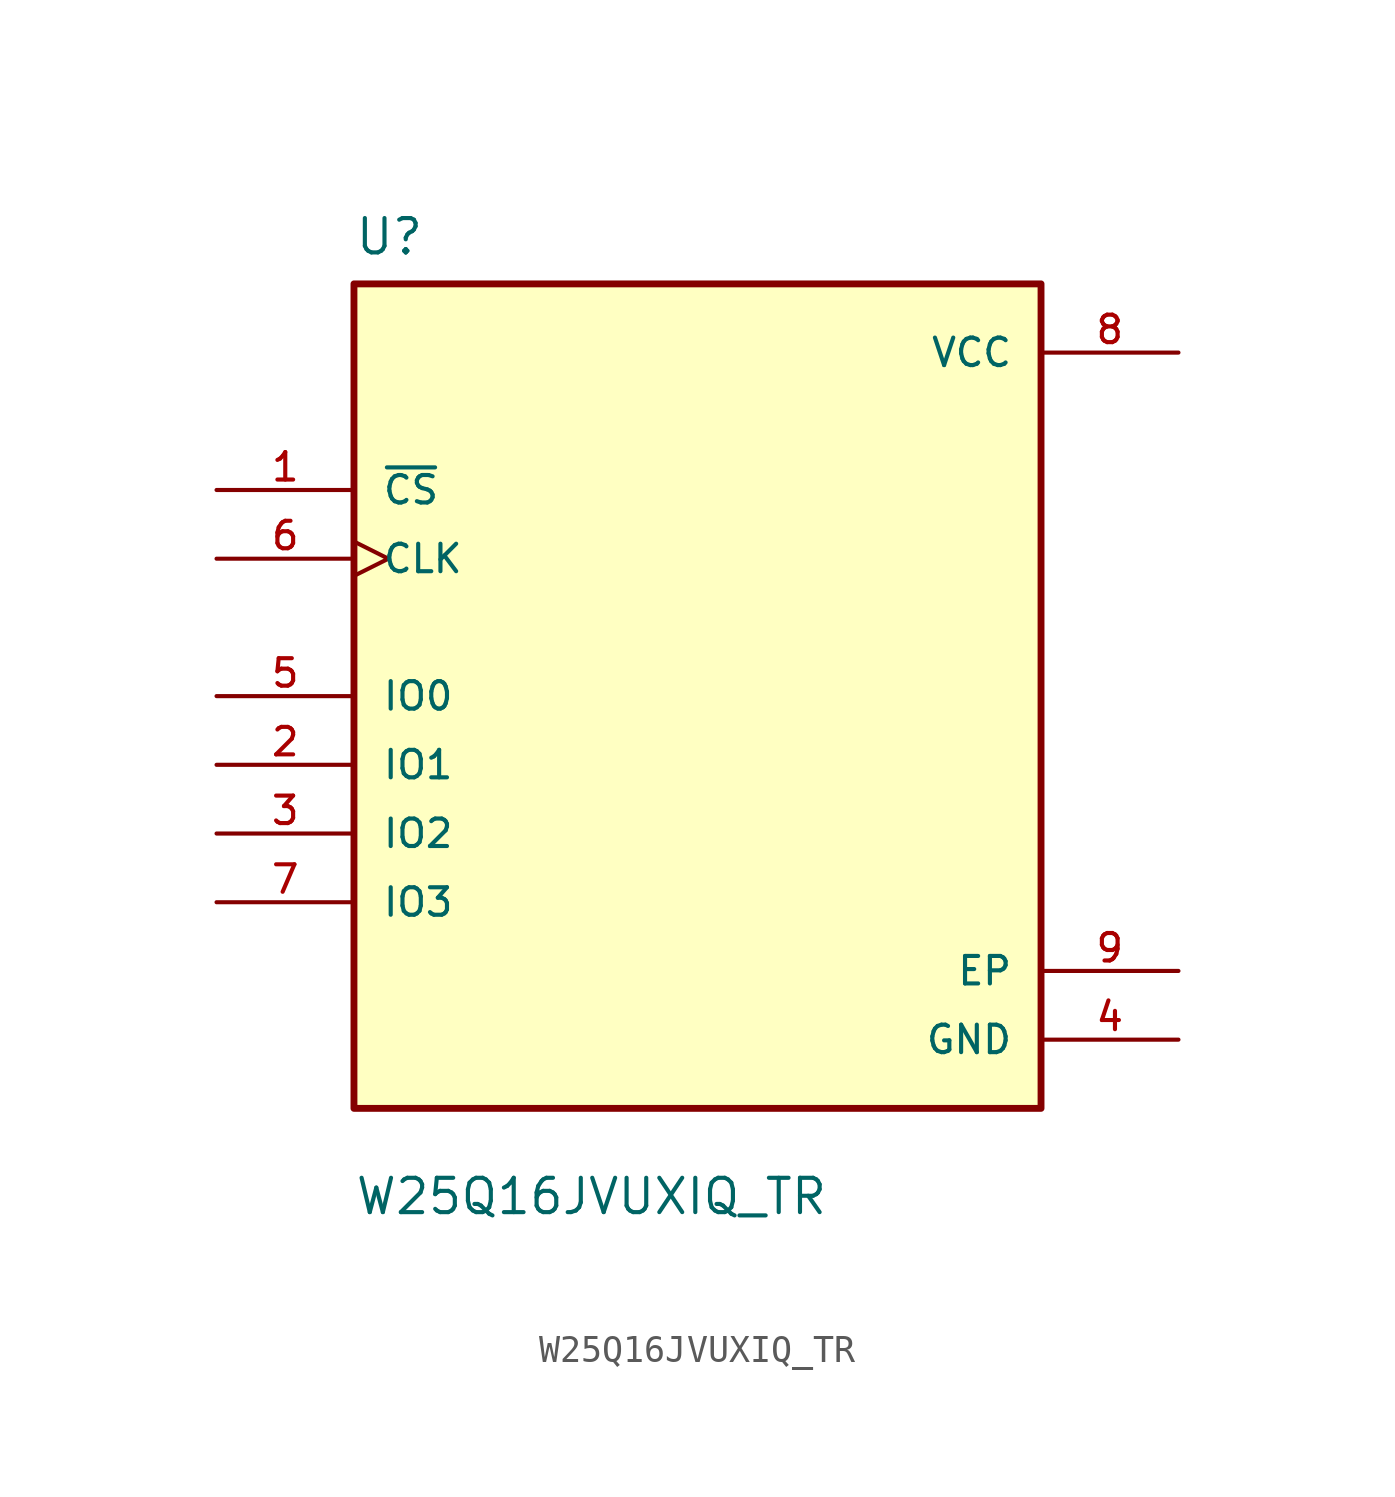
<source format=kicad_sym>
(kicad_symbol_lib
  (version 20231120)
  (generator "kicad_symbol_editor")
  (generator_version "8.0")
  (symbol "W25Q16JVUXIQ_TR"
    (pin_names
      (offset 1.016))
    (property "Reference" "U"
      (at -12.7 16.24 0)
      (effects (font (size 1.27 1.27)) (justify left bottom)))
    (property "Value" "W25Q16JVUXIQ_TR"
      (at -12.7 -19.24 0)
      (effects (font (size 1.27 1.27)) (justify left bottom)))
    (symbol "W25Q16JVUXIQ_TR_0_0"
      (pin input line (at -17.78 7.62 0) (length 5.08) (name "~{CS}" (effects (font (size 1.016 1.016)))) (number "1" (effects (font (size 1.016 1.016)))))
      (pin bidirectional line (at -17.78 -2.54 0) (length 5.08) (name "IO1" (effects (font (size 1.016 1.016)))) (number "2" (effects (font (size 1.016 1.016)))))
      (pin bidirectional line (at -17.78 -5.08 0) (length 5.08) (name "IO2" (effects (font (size 1.016 1.016)))) (number "3" (effects (font (size 1.016 1.016)))))
      (pin power_in line (at 17.78 -12.7 180) (length 5.08) (name "GND" (effects (font (size 1.016 1.016)))) (number "4" (effects (font (size 1.016 1.016)))))
      (pin bidirectional line (at -17.78 0 0) (length 5.08) (name "IO0" (effects (font (size 1.016 1.016)))) (number "5" (effects (font (size 1.016 1.016)))))
      (pin input clock (at -17.78 5.08 0) (length 5.08) (name "CLK" (effects (font (size 1.016 1.016)))) (number "6" (effects (font (size 1.016 1.016)))))
      (pin bidirectional line (at -17.78 -7.62 0) (length 5.08) (name "IO3" (effects (font (size 1.016 1.016)))) (number "7" (effects (font (size 1.016 1.016)))))
      (pin power_in line (at 17.78 12.7 180) (length 5.08) (name "VCC" (effects (font (size 1.016 1.016)))) (number "8" (effects (font (size 1.016 1.016))))))
    (symbol "W25Q16JVUXIQ_TR_1_0"
      (rectangle (start -12.7 15.24) (end 12.7 -15.24) (stroke (width 0.254) (type default)) (fill (type background)))
      (pin bidirectional line (at 17.78 -10.16 180) (length 5.08) (name "EP" (effects (font (size 1.016 1.016)))) (number "9" (effects (font (size 1.016 1.016))))))))
</source>
